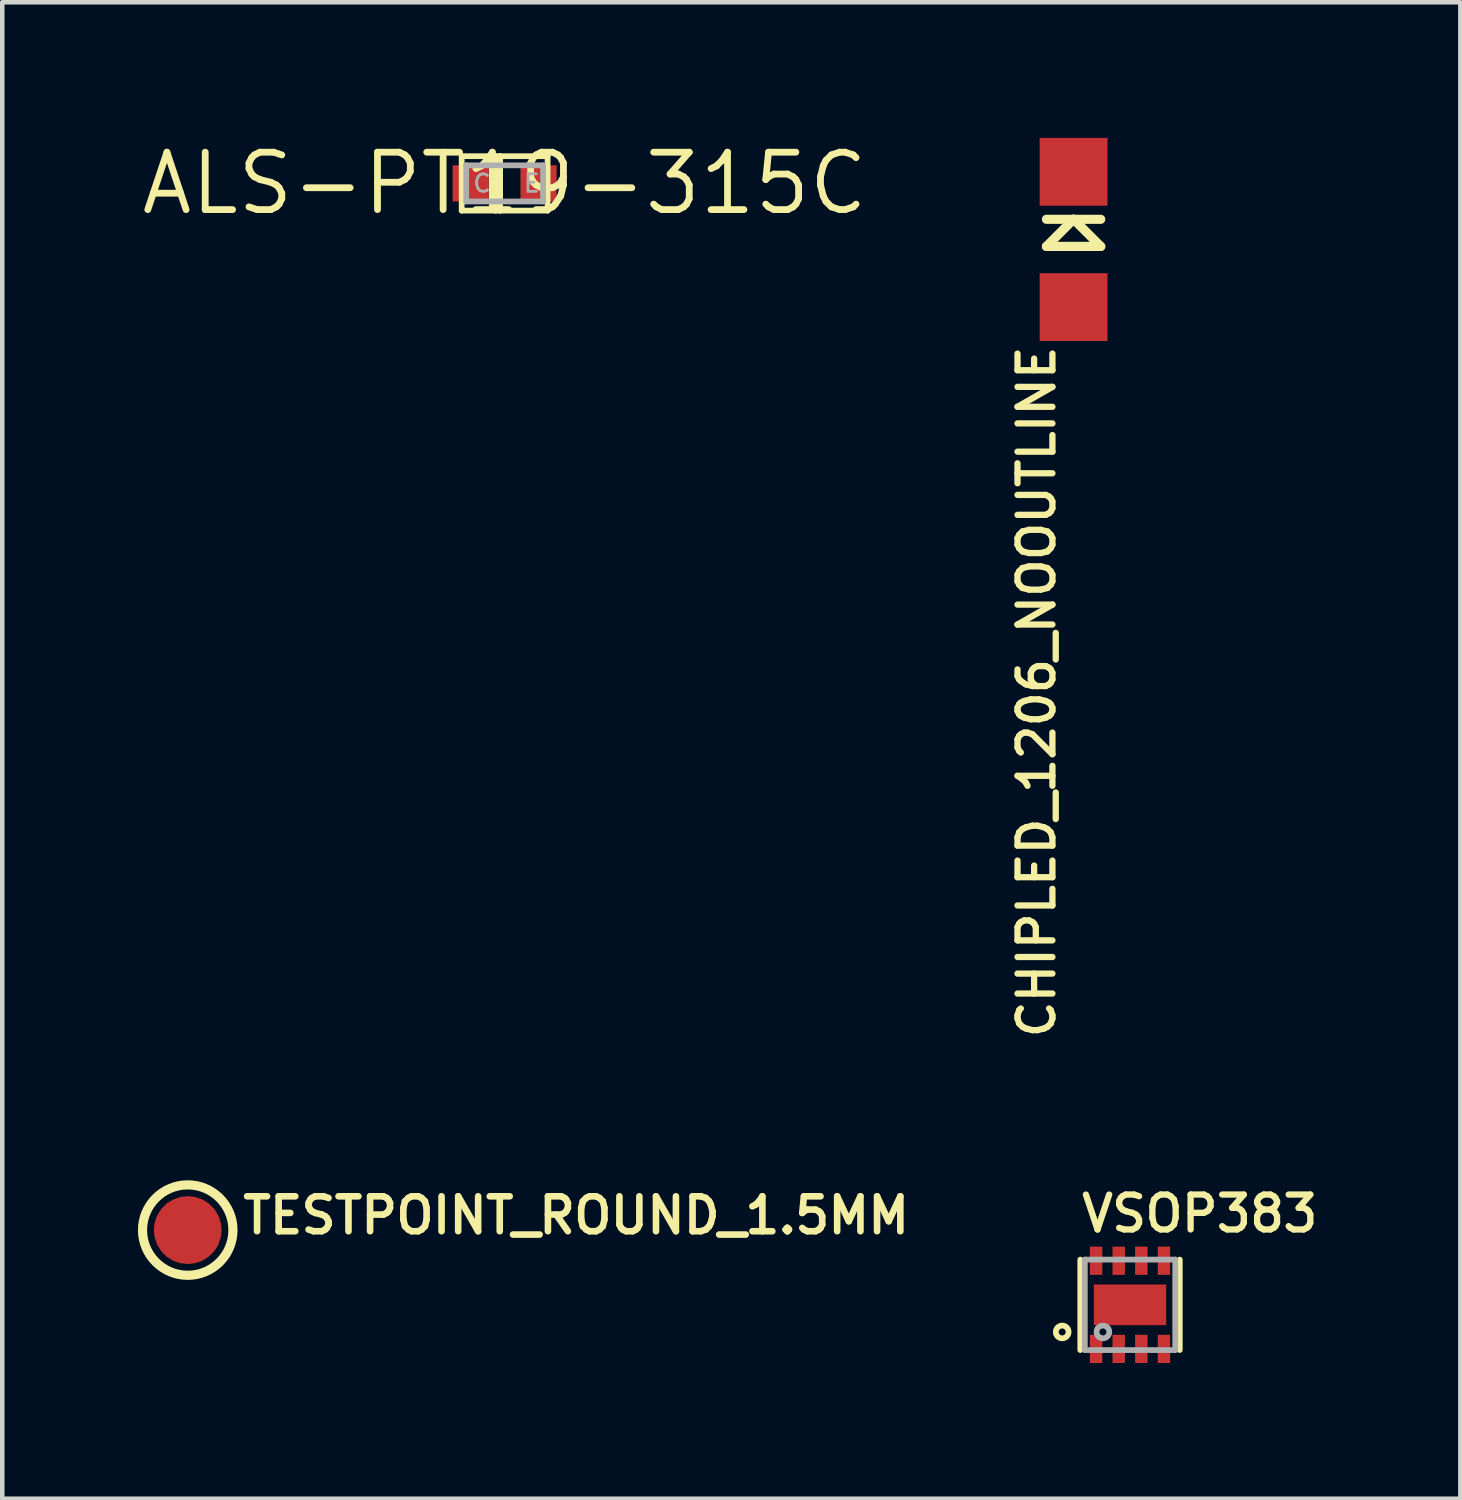
<source format=kicad_pcb>
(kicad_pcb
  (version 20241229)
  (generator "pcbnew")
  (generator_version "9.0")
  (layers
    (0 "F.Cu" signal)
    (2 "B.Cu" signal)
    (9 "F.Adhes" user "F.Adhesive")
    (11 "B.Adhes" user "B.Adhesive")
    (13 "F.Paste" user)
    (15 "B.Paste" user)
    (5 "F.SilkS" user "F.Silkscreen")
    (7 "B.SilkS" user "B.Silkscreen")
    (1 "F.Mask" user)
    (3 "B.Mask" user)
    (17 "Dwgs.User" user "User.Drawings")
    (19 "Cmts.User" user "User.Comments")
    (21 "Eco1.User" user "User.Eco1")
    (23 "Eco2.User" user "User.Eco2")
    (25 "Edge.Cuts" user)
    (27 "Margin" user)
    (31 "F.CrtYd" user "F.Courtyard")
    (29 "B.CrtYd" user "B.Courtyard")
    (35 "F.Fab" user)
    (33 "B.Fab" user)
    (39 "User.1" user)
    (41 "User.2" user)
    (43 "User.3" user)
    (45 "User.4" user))
  (footprint "VSOP383"
    (layer "F.Cu")
    (at 21.942 25.808)
    (property "Reference" "VSOP383" (at -1.141 -1.565 0) (layer "F.SilkS") (effects (font (size 0.772 0.772) (thickness 0.139)) (justify left bottom)))
    (attr through_hole)
    (fp_line (start -1.1 -1) (end -1.1 1) (stroke (width 0.127) (type solid)) (layer "F.SilkS"))
    (fp_line (start 1.1 -1) (end 1.1 1) (stroke (width 0.127) (type solid)) (layer "F.SilkS"))
    (fp_circle (center -1.5 0.6) (end -1.359 0.6) (stroke (width 0.127) (type solid)) (fill no) (layer "F.SilkS"))
    (fp_poly (pts (xy -0.635 0.254) (xy -0.127 0.254) (xy -0.127 -0.254) (xy -0.635 -0.254)) (stroke (width 0) (type solid)) (fill yes) (layer "F.Paste"))
    (fp_poly (pts (xy 0.127 0.254) (xy 0.635 0.254) (xy 0.635 -0.254) (xy 0.127 -0.254)) (stroke (width 0) (type solid)) (fill yes) (layer "F.Paste"))
    (fp_line (start -1 -1) (end 1 -1) (stroke (width 0.127) (type solid)) (layer "F.Fab"))
    (fp_line (start -1 1) (end -1 -1) (stroke (width 0.127) (type solid)) (layer "F.Fab"))
    (fp_line (start 1 -1) (end 1 1) (stroke (width 0.127) (type solid)) (layer "F.Fab"))
    (fp_line (start 1 1) (end -1 1) (stroke (width 0.127) (type solid)) (layer "F.Fab"))
    (fp_circle (center -0.6 0.6) (end -0.459 0.6) (stroke (width 0.127) (type solid)) (fill no) (layer "F.Fab"))
    (pad "1" smd rect (at -0.75 0.975) (size 0.275 0.625) (layers "F.Cu" "F.Mask" "F.Paste"))
    (pad "2" smd rect (at -0.25 0.975) (size 0.275 0.625) (layers "F.Cu" "F.Mask" "F.Paste"))
    (pad "3" smd rect (at 0.25 0.975) (size 0.275 0.625) (layers "F.Cu" "F.Mask" "F.Paste"))
    (pad "4" smd rect (at 0.75 0.975) (size 0.275 0.625) (layers "F.Cu" "F.Mask" "F.Paste"))
    (pad "5" smd rect (at 0.75 -0.975) (size 0.275 0.625) (layers "F.Cu" "F.Mask" "F.Paste"))
    (pad "6" smd rect (at 0.25 -0.975) (size 0.275 0.625) (layers "F.Cu" "F.Mask" "F.Paste"))
    (pad "7" smd rect (at -0.25 -0.975) (size 0.275 0.625) (layers "F.Cu" "F.Mask" "F.Paste"))
    (pad "8" smd rect (at -0.75 -0.975) (size 0.275 0.625) (layers "F.Cu" "F.Mask" "F.Paste"))
    (pad "THERMAL" smd rect (at 0 0 90) (size 0.9 1.6) (layers "F.Cu" "F.Mask")))
  (footprint "ALS-PT19-315C"
    (layer "F.Cu")
    (at 8.111 1.006)
    (property "Reference" "ALS-PT19-315C" (at 0 0 0) (layer "F.SilkS") (effects (font (size 1.27 1.27) (thickness 0.15))))
    (attr through_hole)
    (fp_line (start -0.95 -0.602) (end -0.2 -0.602) (stroke (width 0.127) (type solid)) (layer "F.SilkS"))
    (fp_line (start -0.95 0.602) (end -0.95 -0.602) (stroke (width 0.127) (type solid)) (layer "F.SilkS"))
    (fp_line (start -0.2 -0.602) (end -0.2 0.602) (stroke (width 0.127) (type solid)) (layer "F.SilkS"))
    (fp_line (start -0.2 -0.602) (end -0.1 -0.602) (stroke (width 0.127) (type solid)) (layer "F.SilkS"))
    (fp_line (start -0.2 0.602) (end -0.95 0.602) (stroke (width 0.127) (type solid)) (layer "F.SilkS"))
    (fp_line (start -0.2 0.602) (end -0.1 0.602) (stroke (width 0.127) (type solid)) (layer "F.SilkS"))
    (fp_line (start -0.1 -0.602) (end 0.95 -0.602) (stroke (width 0.127) (type solid)) (layer "F.SilkS"))
    (fp_line (start -0.1 0.602) (end -0.1 -0.602) (stroke (width 0.127) (type solid)) (layer "F.SilkS"))
    (fp_line (start 0.95 -0.602) (end 0.95 0.602) (stroke (width 0.127) (type solid)) (layer "F.SilkS"))
    (fp_line (start 0.95 0.602) (end -0.1 0.602) (stroke (width 0.127) (type solid)) (layer "F.SilkS"))
    (fp_line (start -0.85 -0.4) (end 0.85 -0.4) (stroke (width 0.127) (type solid)) (layer "F.Fab"))
    (fp_line (start -0.85 0.4) (end -0.85 -0.4) (stroke (width 0.127) (type solid)) (layer "F.Fab"))
    (fp_line (start 0.85 -0.4) (end 0.85 0.4) (stroke (width 0.127) (type solid)) (layer "F.Fab"))
    (fp_line (start 0.85 0.4) (end -0.85 0.4) (stroke (width 0.127) (type solid)) (layer "F.Fab"))
    (fp_text user "E" (at 0.6 0 0) (layer "F.Fab") (effects (font (size 0.386 0.386) (thickness 0.061))))
    (fp_text user "C" (at -0.5 0 0) (layer "F.Fab") (effects (font (size 0.386 0.386) (thickness 0.061))))
    (pad "C" smd rect (at -0.75 0) (size 0.8 0.8) (layers "F.Cu" "F.Mask" "F.Paste"))
    (pad "E" smd rect (at 0.75 0) (size 0.8 0.8) (layers "F.Cu" "F.Mask" "F.Paste")))
  (footprint "TESTPOINT_ROUND_1.5MM"
    (layer "F.Cu")
    (at 1.102 24.155)
    (property "Reference" "TESTPOINT_ROUND_1.5MM" (at 1.143 0.127 0) (layer "F.SilkS") (effects (font (size 0.772 0.772) (thickness 0.146)) (justify left bottom)))
    (attr through_hole)
    (fp_circle (center 0 0) (end 1 0) (stroke (width 0.203) (type solid)) (fill no) (layer "F.SilkS"))
    (pad "P$1" smd roundrect (at 0 0) (size 1.5 1.5) (layers "F.Cu" "F.Mask") (roundrect_rratio 0.5)))
  (footprint "CHIPLED_1206_NOOUTLINE"
    (layer "F.Cu")
    (at 20.694 2.246)
    (property "Reference" "CHIPLED_1206_NOOUTLINE" (at -1.27 2.286 270) (layer "F.SilkS") (effects (font (size 0.772 0.772) (thickness 0.139)) (justify right top)))
    (attr through_hole)
    (fp_line (start -0.6 -0.446) (end 0 -0.446) (stroke (width 0.203) (type solid)) (layer "F.SilkS"))
    (fp_line (start -0.6 0.154) (end 0.6 0.154) (stroke (width 0.203) (type solid)) (layer "F.SilkS"))
    (fp_line (start 0 -0.446) (end -0.6 0.154) (stroke (width 0.203) (type solid)) (layer "F.SilkS"))
    (fp_line (start 0 -0.446) (end 0.6 -0.446) (stroke (width 0.203) (type solid)) (layer "F.SilkS"))
    (fp_line (start 0.6 0.154) (end 0 -0.446) (stroke (width 0.203) (type solid)) (layer "F.SilkS"))
    (pad "A" smd rect (at 0 1.496) (size 1.5 1.5) (layers "F.Cu" "F.Mask" "F.Paste"))
    (pad "C" smd rect (at 0 -1.496) (size 1.5 1.5) (layers "F.Cu" "F.Mask" "F.Paste")))
  (gr_rect
    (start -3 -3)
    (end 29.248 30.096)
    (stroke (width 0.1) (type default))
    (fill no)
    (layer "Edge.Cuts")))
</source>
